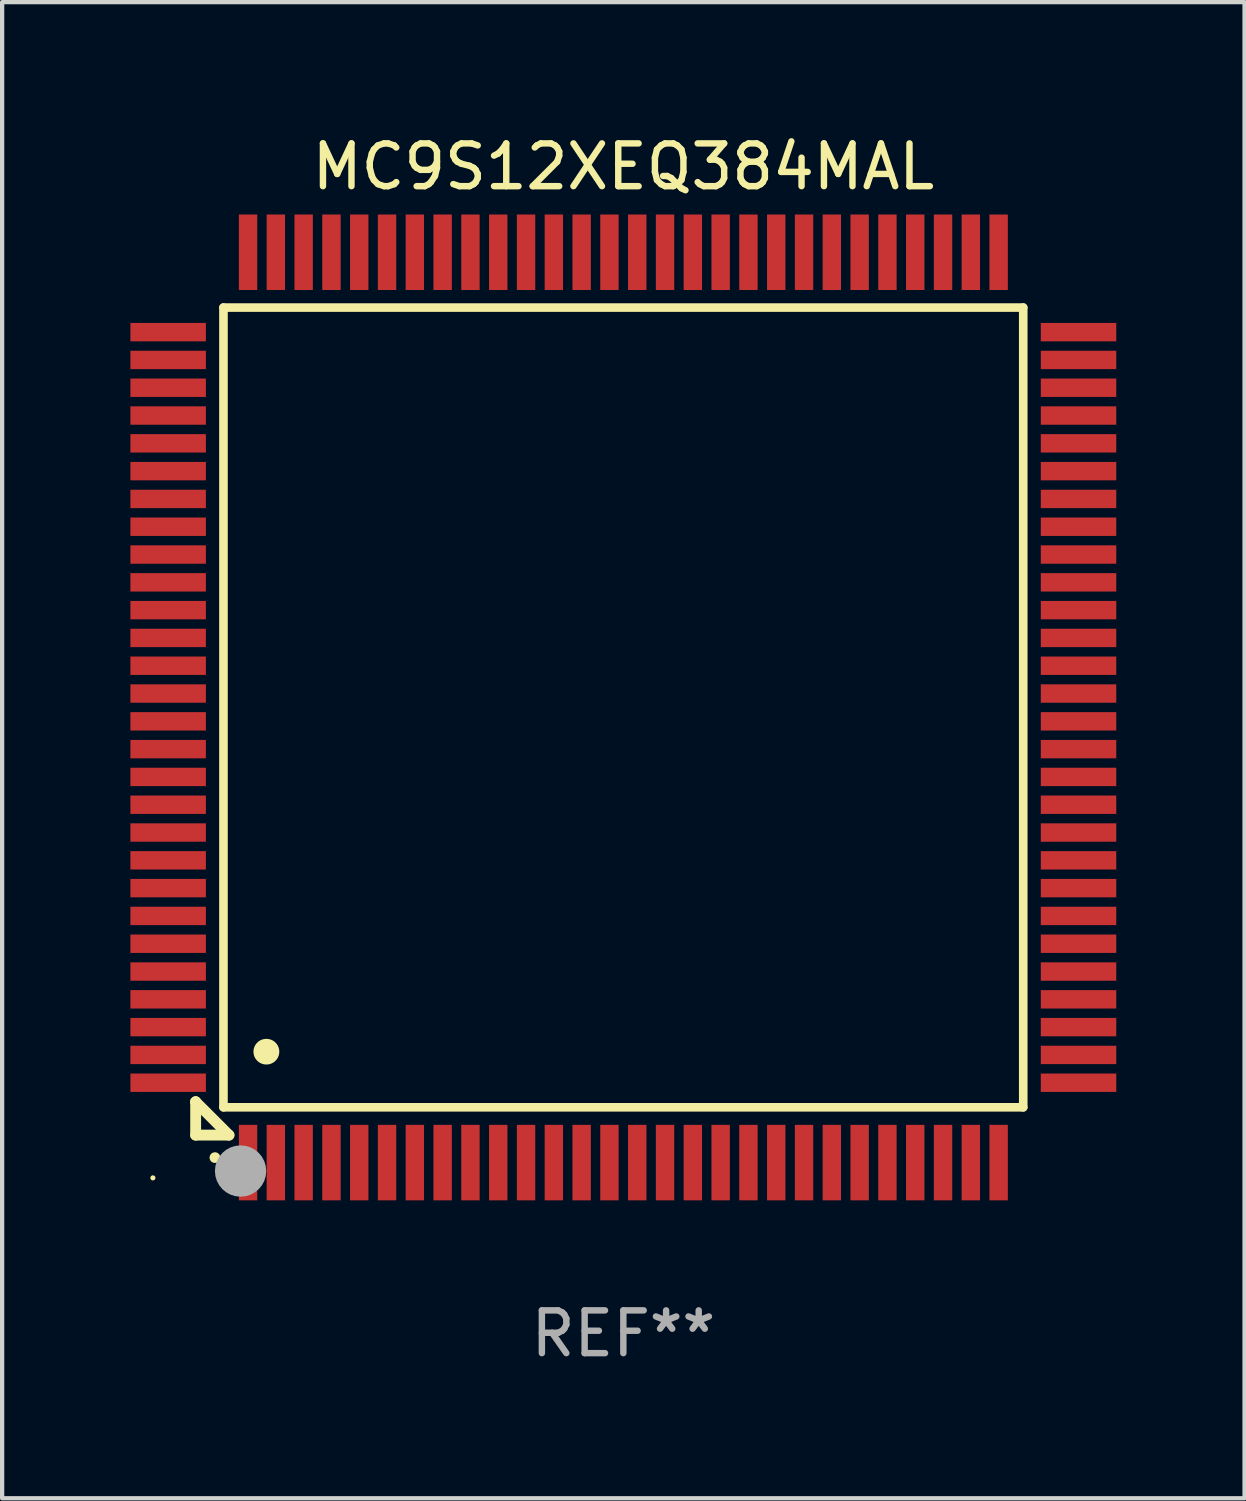
<source format=kicad_pcb>
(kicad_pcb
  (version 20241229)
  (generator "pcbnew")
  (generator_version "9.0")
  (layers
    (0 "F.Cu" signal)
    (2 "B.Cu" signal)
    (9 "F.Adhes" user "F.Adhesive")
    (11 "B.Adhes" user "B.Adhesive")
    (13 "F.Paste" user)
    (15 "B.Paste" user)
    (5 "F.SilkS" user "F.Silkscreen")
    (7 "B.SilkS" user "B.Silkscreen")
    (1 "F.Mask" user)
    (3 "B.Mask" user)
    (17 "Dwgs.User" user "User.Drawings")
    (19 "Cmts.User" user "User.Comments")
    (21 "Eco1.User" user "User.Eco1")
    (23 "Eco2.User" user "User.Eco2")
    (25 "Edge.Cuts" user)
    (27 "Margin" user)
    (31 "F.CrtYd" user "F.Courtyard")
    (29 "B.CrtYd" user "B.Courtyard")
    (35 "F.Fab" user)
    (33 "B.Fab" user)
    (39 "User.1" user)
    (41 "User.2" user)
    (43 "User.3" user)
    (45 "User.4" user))
  (footprint "MC9S12XEQ384MAL"
    (layer "F.Cu")
    (at 11.525 13.491)
    (property "Reference" "MC9S12XEQ384MAL" (at 0 -12.643 0) (layer "F.SilkS") (effects (font (size 1 1) (thickness 0.15))))
    (attr through_hole)
    (fp_line (start -10 9.221) (end -10 9.221) (stroke (width 0.254) (type solid)) (layer "F.SilkS"))
    (fp_line (start -10 9.221) (end -10 10) (stroke (width 0.254) (type solid)) (layer "F.SilkS"))
    (fp_line (start -10 9.221) (end -9.221 10) (stroke (width 0.254) (type solid)) (layer "F.SilkS"))
    (fp_line (start -10 10) (end -9.221 10) (stroke (width 0.254) (type solid)) (layer "F.SilkS"))
    (fp_line (start -9.35 -9.35) (end -9.35 9.35) (stroke (width 0.201) (type solid)) (layer "F.SilkS"))
    (fp_line (start -9.35 9.35) (end 9.35 9.35) (stroke (width 0.201) (type solid)) (layer "F.SilkS"))
    (fp_line (start 9.35 -9.35) (end -9.35 -9.35) (stroke (width 0.201) (type solid)) (layer "F.SilkS"))
    (fp_line (start 9.35 9.35) (end 9.35 -9.35) (stroke (width 0.201) (type solid)) (layer "F.SilkS"))
    (fp_arc (start -9.550546 10.525832) (mid -9.549276 10.525826) (end -9.548006 10.525832) (stroke (width 0.24892) (type solid)) (layer "F.SilkS"))
    (fp_arc (start -8.349124 8.049327) (mid -8.346584 8.049316) (end -8.344044 8.049327) (stroke (width 0.599441) (type solid)) (layer "F.SilkS"))
    (fp_circle (center -11 11) (end -10.97 11) (stroke (width 0.06) (type solid)) (fill no) (layer "F.SilkS"))
    (fp_circle (center -8.95 10.84) (end -8.65 10.84) (stroke (width 0.6) (type solid)) (fill no) (layer "F.Fab"))
    (fp_text user "REF**" (at 0 14.643 0) (layer "F.Fab") (effects (font (size 1 1) (thickness 0.15))))
    (pad "1" smd rect (at -8.775 10.643) (size 0.43 1.765) (layers "F.Cu" "F.Mask" "F.Paste"))
    (pad "2" smd rect (at -8.125 10.643) (size 0.43 1.765) (layers "F.Cu" "F.Mask" "F.Paste"))
    (pad "3" smd rect (at -7.475 10.643) (size 0.43 1.765) (layers "F.Cu" "F.Mask" "F.Paste"))
    (pad "4" smd rect (at -6.825 10.643) (size 0.43 1.765) (layers "F.Cu" "F.Mask" "F.Paste"))
    (pad "5" smd rect (at -6.175 10.643) (size 0.43 1.765) (layers "F.Cu" "F.Mask" "F.Paste"))
    (pad "6" smd rect (at -5.525 10.643) (size 0.43 1.765) (layers "F.Cu" "F.Mask" "F.Paste"))
    (pad "7" smd rect (at -4.875 10.643) (size 0.43 1.765) (layers "F.Cu" "F.Mask" "F.Paste"))
    (pad "8" smd rect (at -4.225 10.643) (size 0.43 1.765) (layers "F.Cu" "F.Mask" "F.Paste"))
    (pad "9" smd rect (at -3.575 10.643) (size 0.43 1.765) (layers "F.Cu" "F.Mask" "F.Paste"))
    (pad "10" smd rect (at -2.925 10.643) (size 0.43 1.765) (layers "F.Cu" "F.Mask" "F.Paste"))
    (pad "11" smd rect (at -2.275 10.643) (size 0.43 1.765) (layers "F.Cu" "F.Mask" "F.Paste"))
    (pad "12" smd rect (at -1.625 10.643) (size 0.43 1.765) (layers "F.Cu" "F.Mask" "F.Paste"))
    (pad "13" smd rect (at -0.975 10.643) (size 0.43 1.765) (layers "F.Cu" "F.Mask" "F.Paste"))
    (pad "14" smd rect (at -0.325 10.643) (size 0.43 1.765) (layers "F.Cu" "F.Mask" "F.Paste"))
    (pad "15" smd rect (at 0.325 10.643) (size 0.43 1.765) (layers "F.Cu" "F.Mask" "F.Paste"))
    (pad "16" smd rect (at 0.975 10.643) (size 0.43 1.765) (layers "F.Cu" "F.Mask" "F.Paste"))
    (pad "17" smd rect (at 1.625 10.643) (size 0.43 1.765) (layers "F.Cu" "F.Mask" "F.Paste"))
    (pad "18" smd rect (at 2.275 10.643) (size 0.43 1.765) (layers "F.Cu" "F.Mask" "F.Paste"))
    (pad "19" smd rect (at 2.925 10.643) (size 0.43 1.765) (layers "F.Cu" "F.Mask" "F.Paste"))
    (pad "20" smd rect (at 3.575 10.643) (size 0.43 1.765) (layers "F.Cu" "F.Mask" "F.Paste"))
    (pad "21" smd rect (at 4.225 10.643) (size 0.43 1.765) (layers "F.Cu" "F.Mask" "F.Paste"))
    (pad "22" smd rect (at 4.875 10.643) (size 0.43 1.765) (layers "F.Cu" "F.Mask" "F.Paste"))
    (pad "23" smd rect (at 5.525 10.643) (size 0.43 1.765) (layers "F.Cu" "F.Mask" "F.Paste"))
    (pad "24" smd rect (at 6.175 10.643) (size 0.43 1.765) (layers "F.Cu" "F.Mask" "F.Paste"))
    (pad "25" smd rect (at 6.825 10.643) (size 0.43 1.765) (layers "F.Cu" "F.Mask" "F.Paste"))
    (pad "26" smd rect (at 7.475 10.643) (size 0.43 1.765) (layers "F.Cu" "F.Mask" "F.Paste"))
    (pad "27" smd rect (at 8.125 10.643) (size 0.43 1.765) (layers "F.Cu" "F.Mask" "F.Paste"))
    (pad "28" smd rect (at 8.775 10.643) (size 0.43 1.765) (layers "F.Cu" "F.Mask" "F.Paste"))
    (pad "29" smd rect (at 10.643 8.775) (size 1.765 0.43) (layers "F.Cu" "F.Mask" "F.Paste"))
    (pad "30" smd rect (at 10.643 8.125) (size 1.765 0.43) (layers "F.Cu" "F.Mask" "F.Paste"))
    (pad "31" smd rect (at 10.643 7.475) (size 1.765 0.43) (layers "F.Cu" "F.Mask" "F.Paste"))
    (pad "32" smd rect (at 10.643 6.825) (size 1.765 0.43) (layers "F.Cu" "F.Mask" "F.Paste"))
    (pad "33" smd rect (at 10.643 6.175) (size 1.765 0.43) (layers "F.Cu" "F.Mask" "F.Paste"))
    (pad "34" smd rect (at 10.643 5.525) (size 1.765 0.43) (layers "F.Cu" "F.Mask" "F.Paste"))
    (pad "35" smd rect (at 10.643 4.875) (size 1.765 0.43) (layers "F.Cu" "F.Mask" "F.Paste"))
    (pad "36" smd rect (at 10.643 4.225) (size 1.765 0.43) (layers "F.Cu" "F.Mask" "F.Paste"))
    (pad "37" smd rect (at 10.643 3.575) (size 1.765 0.43) (layers "F.Cu" "F.Mask" "F.Paste"))
    (pad "38" smd rect (at 10.643 2.925) (size 1.765 0.43) (layers "F.Cu" "F.Mask" "F.Paste"))
    (pad "39" smd rect (at 10.643 2.275) (size 1.765 0.43) (layers "F.Cu" "F.Mask" "F.Paste"))
    (pad "40" smd rect (at 10.643 1.625) (size 1.765 0.43) (layers "F.Cu" "F.Mask" "F.Paste"))
    (pad "41" smd rect (at 10.643 0.975) (size 1.765 0.43) (layers "F.Cu" "F.Mask" "F.Paste"))
    (pad "42" smd rect (at 10.643 0.325) (size 1.765 0.43) (layers "F.Cu" "F.Mask" "F.Paste"))
    (pad "43" smd rect (at 10.643 -0.325) (size 1.765 0.43) (layers "F.Cu" "F.Mask" "F.Paste"))
    (pad "44" smd rect (at 10.643 -0.975) (size 1.765 0.43) (layers "F.Cu" "F.Mask" "F.Paste"))
    (pad "45" smd rect (at 10.643 -1.625) (size 1.765 0.43) (layers "F.Cu" "F.Mask" "F.Paste"))
    (pad "46" smd rect (at 10.643 -2.275) (size 1.765 0.43) (layers "F.Cu" "F.Mask" "F.Paste"))
    (pad "47" smd rect (at 10.643 -2.925) (size 1.765 0.43) (layers "F.Cu" "F.Mask" "F.Paste"))
    (pad "48" smd rect (at 10.643 -3.575) (size 1.765 0.43) (layers "F.Cu" "F.Mask" "F.Paste"))
    (pad "49" smd rect (at 10.643 -4.225) (size 1.765 0.43) (layers "F.Cu" "F.Mask" "F.Paste"))
    (pad "50" smd rect (at 10.643 -4.875) (size 1.765 0.43) (layers "F.Cu" "F.Mask" "F.Paste"))
    (pad "51" smd rect (at 10.643 -5.525) (size 1.765 0.43) (layers "F.Cu" "F.Mask" "F.Paste"))
    (pad "52" smd rect (at 10.643 -6.175) (size 1.765 0.43) (layers "F.Cu" "F.Mask" "F.Paste"))
    (pad "53" smd rect (at 10.643 -6.825) (size 1.765 0.43) (layers "F.Cu" "F.Mask" "F.Paste"))
    (pad "54" smd rect (at 10.643 -7.475) (size 1.765 0.43) (layers "F.Cu" "F.Mask" "F.Paste"))
    (pad "55" smd rect (at 10.643 -8.125) (size 1.765 0.43) (layers "F.Cu" "F.Mask" "F.Paste"))
    (pad "56" smd rect (at 10.643 -8.775) (size 1.765 0.43) (layers "F.Cu" "F.Mask" "F.Paste"))
    (pad "57" smd rect (at 8.775 -10.643) (size 0.43 1.765) (layers "F.Cu" "F.Mask" "F.Paste"))
    (pad "58" smd rect (at 8.125 -10.643) (size 0.43 1.765) (layers "F.Cu" "F.Mask" "F.Paste"))
    (pad "59" smd rect (at 7.475 -10.643) (size 0.43 1.765) (layers "F.Cu" "F.Mask" "F.Paste"))
    (pad "60" smd rect (at 6.825 -10.643) (size 0.43 1.765) (layers "F.Cu" "F.Mask" "F.Paste"))
    (pad "61" smd rect (at 6.175 -10.643) (size 0.43 1.765) (layers "F.Cu" "F.Mask" "F.Paste"))
    (pad "62" smd rect (at 5.525 -10.643) (size 0.43 1.765) (layers "F.Cu" "F.Mask" "F.Paste"))
    (pad "63" smd rect (at 4.875 -10.643) (size 0.43 1.765) (layers "F.Cu" "F.Mask" "F.Paste"))
    (pad "64" smd rect (at 4.225 -10.643) (size 0.43 1.765) (layers "F.Cu" "F.Mask" "F.Paste"))
    (pad "65" smd rect (at 3.575 -10.643) (size 0.43 1.765) (layers "F.Cu" "F.Mask" "F.Paste"))
    (pad "66" smd rect (at 2.925 -10.643) (size 0.43 1.765) (layers "F.Cu" "F.Mask" "F.Paste"))
    (pad "67" smd rect (at 2.275 -10.643) (size 0.43 1.765) (layers "F.Cu" "F.Mask" "F.Paste"))
    (pad "68" smd rect (at 1.625 -10.643) (size 0.43 1.765) (layers "F.Cu" "F.Mask" "F.Paste"))
    (pad "69" smd rect (at 0.975 -10.643) (size 0.43 1.765) (layers "F.Cu" "F.Mask" "F.Paste"))
    (pad "70" smd rect (at 0.325 -10.643) (size 0.43 1.765) (layers "F.Cu" "F.Mask" "F.Paste"))
    (pad "71" smd rect (at -0.325 -10.643) (size 0.43 1.765) (layers "F.Cu" "F.Mask" "F.Paste"))
    (pad "72" smd rect (at -0.975 -10.643) (size 0.43 1.765) (layers "F.Cu" "F.Mask" "F.Paste"))
    (pad "73" smd rect (at -1.625 -10.643) (size 0.43 1.765) (layers "F.Cu" "F.Mask" "F.Paste"))
    (pad "74" smd rect (at -2.275 -10.643) (size 0.43 1.765) (layers "F.Cu" "F.Mask" "F.Paste"))
    (pad "75" smd rect (at -2.925 -10.643) (size 0.43 1.765) (layers "F.Cu" "F.Mask" "F.Paste"))
    (pad "76" smd rect (at -3.575 -10.643) (size 0.43 1.765) (layers "F.Cu" "F.Mask" "F.Paste"))
    (pad "77" smd rect (at -4.225 -10.643) (size 0.43 1.765) (layers "F.Cu" "F.Mask" "F.Paste"))
    (pad "78" smd rect (at -4.875 -10.643) (size 0.43 1.765) (layers "F.Cu" "F.Mask" "F.Paste"))
    (pad "79" smd rect (at -5.525 -10.643) (size 0.43 1.765) (layers "F.Cu" "F.Mask" "F.Paste"))
    (pad "80" smd rect (at -6.175 -10.643) (size 0.43 1.765) (layers "F.Cu" "F.Mask" "F.Paste"))
    (pad "81" smd rect (at -6.825 -10.643) (size 0.43 1.765) (layers "F.Cu" "F.Mask" "F.Paste"))
    (pad "82" smd rect (at -7.475 -10.643) (size 0.43 1.765) (layers "F.Cu" "F.Mask" "F.Paste"))
    (pad "83" smd rect (at -8.125 -10.643) (size 0.43 1.765) (layers "F.Cu" "F.Mask" "F.Paste"))
    (pad "84" smd rect (at -8.775 -10.643) (size 0.43 1.765) (layers "F.Cu" "F.Mask" "F.Paste"))
    (pad "85" smd rect (at -10.643 -8.775) (size 1.765 0.43) (layers "F.Cu" "F.Mask" "F.Paste"))
    (pad "86" smd rect (at -10.643 -8.125) (size 1.765 0.43) (layers "F.Cu" "F.Mask" "F.Paste"))
    (pad "87" smd rect (at -10.643 -7.475) (size 1.765 0.43) (layers "F.Cu" "F.Mask" "F.Paste"))
    (pad "88" smd rect (at -10.643 -6.825) (size 1.765 0.43) (layers "F.Cu" "F.Mask" "F.Paste"))
    (pad "89" smd rect (at -10.643 -6.175) (size 1.765 0.43) (layers "F.Cu" "F.Mask" "F.Paste"))
    (pad "90" smd rect (at -10.643 -5.525) (size 1.765 0.43) (layers "F.Cu" "F.Mask" "F.Paste"))
    (pad "91" smd rect (at -10.643 -4.875) (size 1.765 0.43) (layers "F.Cu" "F.Mask" "F.Paste"))
    (pad "92" smd rect (at -10.643 -4.225) (size 1.765 0.43) (layers "F.Cu" "F.Mask" "F.Paste"))
    (pad "93" smd rect (at -10.643 -3.575) (size 1.765 0.43) (layers "F.Cu" "F.Mask" "F.Paste"))
    (pad "94" smd rect (at -10.643 -2.925) (size 1.765 0.43) (layers "F.Cu" "F.Mask" "F.Paste"))
    (pad "95" smd rect (at -10.643 -2.275) (size 1.765 0.43) (layers "F.Cu" "F.Mask" "F.Paste"))
    (pad "96" smd rect (at -10.643 -1.625) (size 1.765 0.43) (layers "F.Cu" "F.Mask" "F.Paste"))
    (pad "97" smd rect (at -10.643 -0.975) (size 1.765 0.43) (layers "F.Cu" "F.Mask" "F.Paste"))
    (pad "98" smd rect (at -10.643 -0.325) (size 1.765 0.43) (layers "F.Cu" "F.Mask" "F.Paste"))
    (pad "99" smd rect (at -10.643 0.325) (size 1.765 0.43) (layers "F.Cu" "F.Mask" "F.Paste"))
    (pad "100" smd rect (at -10.643 0.975) (size 1.765 0.43) (layers "F.Cu" "F.Mask" "F.Paste"))
    (pad "101" smd rect (at -10.643 1.625) (size 1.765 0.43) (layers "F.Cu" "F.Mask" "F.Paste"))
    (pad "102" smd rect (at -10.643 2.275) (size 1.765 0.43) (layers "F.Cu" "F.Mask" "F.Paste"))
    (pad "103" smd rect (at -10.643 2.925) (size 1.765 0.43) (layers "F.Cu" "F.Mask" "F.Paste"))
    (pad "104" smd rect (at -10.643 3.575) (size 1.765 0.43) (layers "F.Cu" "F.Mask" "F.Paste"))
    (pad "105" smd rect (at -10.643 4.225) (size 1.765 0.43) (layers "F.Cu" "F.Mask" "F.Paste"))
    (pad "106" smd rect (at -10.643 4.875) (size 1.765 0.43) (layers "F.Cu" "F.Mask" "F.Paste"))
    (pad "107" smd rect (at -10.643 5.525) (size 1.765 0.43) (layers "F.Cu" "F.Mask" "F.Paste"))
    (pad "108" smd rect (at -10.643 6.175) (size 1.765 0.43) (layers "F.Cu" "F.Mask" "F.Paste"))
    (pad "109" smd rect (at -10.643 6.825) (size 1.765 0.43) (layers "F.Cu" "F.Mask" "F.Paste"))
    (pad "110" smd rect (at -10.643 7.475) (size 1.765 0.43) (layers "F.Cu" "F.Mask" "F.Paste"))
    (pad "111" smd rect (at -10.643 8.125) (size 1.765 0.43) (layers "F.Cu" "F.Mask" "F.Paste"))
    (pad "112" smd rect (at -10.643 8.775) (size 1.765 0.43) (layers "F.Cu" "F.Mask" "F.Paste")))
  (gr_rect
    (start -3 -3)
    (end 26.05 31.982)
    (stroke (width 0.1) (type default))
    (fill no)
    (layer "Edge.Cuts")))
</source>
